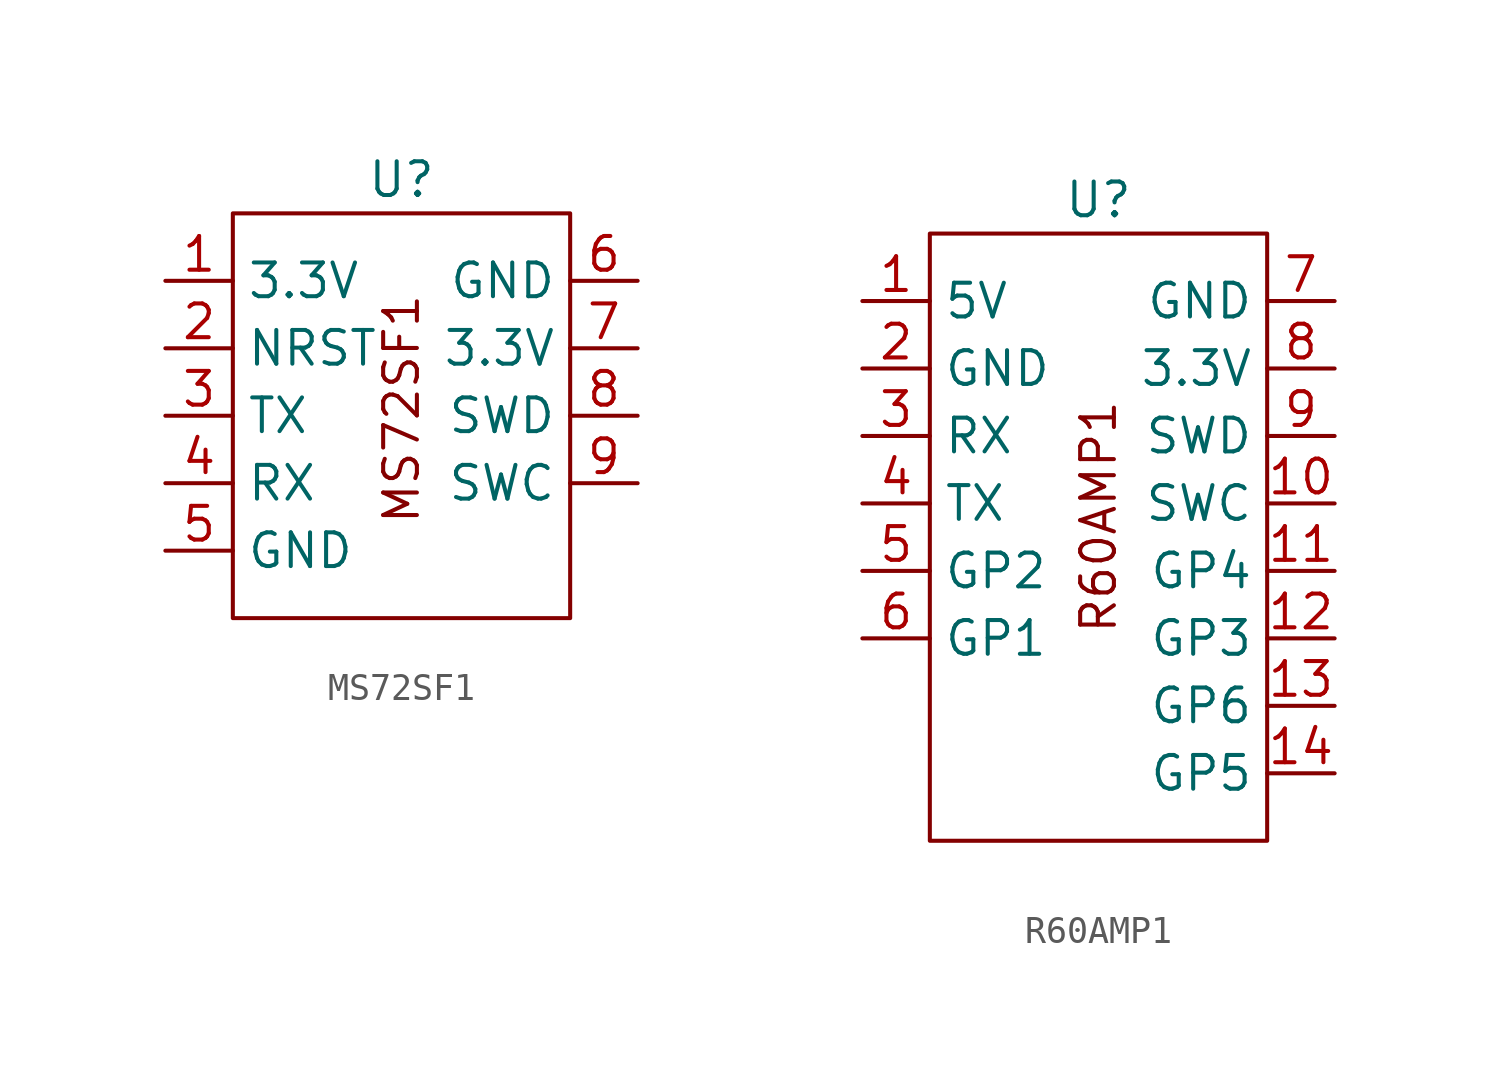
<source format=kicad_sym>
(kicad_symbol_lib
  (version 20231120)
  (generator "kicad_symbol_editor")
  (generator_version "8.0")
  (symbol "MS72SF1"
    (property "Reference" "U"
      (at 0 0 0)
      (effects (font (size 1.27 1.27))))
    (property "Value" ""
      (at 0 0 0)
      (effects (font (size 1.27 1.27))))
    (symbol "MS72SF1_0_1"
      (rectangle (start -6.35 -1.27) (end 6.35 -16.51) (stroke (width 0) (type default)) (fill (type none))))
    (symbol "MS72SF1_1_1"
      (text "MS72SF1" (at 0 -8.636 900) (effects (font (size 1.27 1.27))))
      (pin power_in line (at -8.89 -3.81 0) (length 2.54) (name "3.3V" (effects (font (size 1.27 1.27)))) (number "1" (effects (font (size 1.27 1.27)))))
      (pin input line (at -8.89 -6.35 0) (length 2.54) (name "NRST" (effects (font (size 1.27 1.27)))) (number "2" (effects (font (size 1.27 1.27)))))
      (pin output line (at -8.89 -8.89 0) (length 2.54) (name "TX" (effects (font (size 1.27 1.27)))) (number "3" (effects (font (size 1.27 1.27)))))
      (pin input line (at -8.89 -11.43 0) (length 2.54) (name "RX" (effects (font (size 1.27 1.27)))) (number "4" (effects (font (size 1.27 1.27)))))
      (pin passive line (at -8.89 -13.97 0) (length 2.54) (name "GND" (effects (font (size 1.27 1.27)))) (number "5" (effects (font (size 1.27 1.27)))))
      (pin passive line (at 8.89 -3.81 180) (length 2.54) (name "GND" (effects (font (size 1.27 1.27)))) (number "6" (effects (font (size 1.27 1.27)))))
      (pin power_in line (at 8.89 -6.35 180) (length 2.54) (name "3.3V" (effects (font (size 1.27 1.27)))) (number "7" (effects (font (size 1.27 1.27)))))
      (pin bidirectional line (at 8.89 -8.89 180) (length 2.54) (name "SWD" (effects (font (size 1.27 1.27)))) (number "8" (effects (font (size 1.27 1.27)))))
      (pin input line (at 8.89 -11.43 180) (length 2.54) (name "SWC" (effects (font (size 1.27 1.27)))) (number "9" (effects (font (size 1.27 1.27)))))))
  (symbol "R60AMP1"
    (property "Reference" "U"
      (at 0 0 0)
      (effects (font (size 1.27 1.27))))
    (property "Value" ""
      (at 0 0 0)
      (effects (font (size 1.27 1.27))))
    (symbol "R60AMP1_0_1"
      (rectangle (start -6.35 -1.27) (end 6.35 -24.13) (stroke (width 0) (type default)) (fill (type none))))
    (symbol "R60AMP1_1_1"
      (text "R60AMP1\n" (at 0 -11.938 900) (effects (font (size 1.27 1.27))))
      (pin power_in line (at -8.89 -3.81 0) (length 2.54) (name "5V" (effects (font (size 1.27 1.27)))) (number "1" (effects (font (size 1.27 1.27)))))
      (pin input line (at 8.89 -11.43 180) (length 2.54) (name "SWC" (effects (font (size 1.27 1.27)))) (number "10" (effects (font (size 1.27 1.27)))))
      (pin bidirectional line (at 8.89 -13.97 180) (length 2.54) (name "GP4" (effects (font (size 1.27 1.27)))) (number "11" (effects (font (size 1.27 1.27)))))
      (pin bidirectional line (at 8.89 -16.51 180) (length 2.54) (name "GP3" (effects (font (size 1.27 1.27)))) (number "12" (effects (font (size 1.27 1.27)))))
      (pin bidirectional line (at 8.89 -19.05 180) (length 2.54) (name "GP6" (effects (font (size 1.27 1.27)))) (number "13" (effects (font (size 1.27 1.27)))))
      (pin bidirectional line (at 8.89 -21.59 180) (length 2.54) (name "GP5" (effects (font (size 1.27 1.27)))) (number "14" (effects (font (size 1.27 1.27)))))
      (pin passive line (at -8.89 -6.35 0) (length 2.54) (name "GND" (effects (font (size 1.27 1.27)))) (number "2" (effects (font (size 1.27 1.27)))))
      (pin input line (at -8.89 -8.89 0) (length 2.54) (name "RX" (effects (font (size 1.27 1.27)))) (number "3" (effects (font (size 1.27 1.27)))))
      (pin output line (at -8.89 -11.43 0) (length 2.54) (name "TX" (effects (font (size 1.27 1.27)))) (number "4" (effects (font (size 1.27 1.27)))))
      (pin bidirectional line (at -8.89 -13.97 0) (length 2.54) (name "GP2" (effects (font (size 1.27 1.27)))) (number "5" (effects (font (size 1.27 1.27)))))
      (pin bidirectional line (at -8.89 -16.51 0) (length 2.54) (name "GP1" (effects (font (size 1.27 1.27)))) (number "6" (effects (font (size 1.27 1.27)))))
      (pin passive line (at 8.89 -3.81 180) (length 2.54) (name "GND" (effects (font (size 1.27 1.27)))) (number "7" (effects (font (size 1.27 1.27)))))
      (pin power_in line (at 8.89 -6.35 180) (length 2.54) (name "3.3V" (effects (font (size 1.27 1.27)))) (number "8" (effects (font (size 1.27 1.27)))))
      (pin bidirectional line (at 8.89 -8.89 180) (length 2.54) (name "SWD" (effects (font (size 1.27 1.27)))) (number "9" (effects (font (size 1.27 1.27))))))))
</source>
